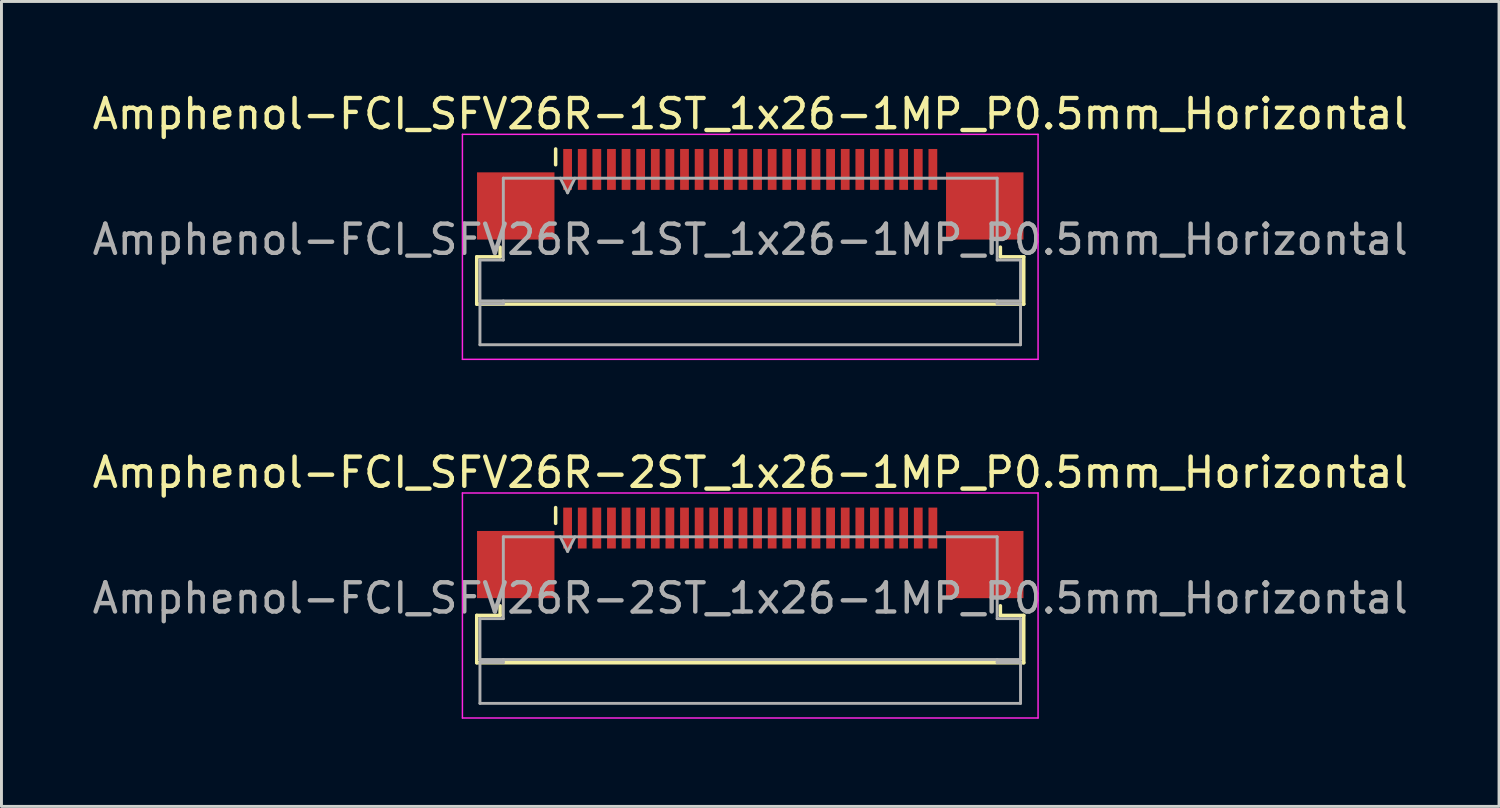
<source format=kicad_pcb>
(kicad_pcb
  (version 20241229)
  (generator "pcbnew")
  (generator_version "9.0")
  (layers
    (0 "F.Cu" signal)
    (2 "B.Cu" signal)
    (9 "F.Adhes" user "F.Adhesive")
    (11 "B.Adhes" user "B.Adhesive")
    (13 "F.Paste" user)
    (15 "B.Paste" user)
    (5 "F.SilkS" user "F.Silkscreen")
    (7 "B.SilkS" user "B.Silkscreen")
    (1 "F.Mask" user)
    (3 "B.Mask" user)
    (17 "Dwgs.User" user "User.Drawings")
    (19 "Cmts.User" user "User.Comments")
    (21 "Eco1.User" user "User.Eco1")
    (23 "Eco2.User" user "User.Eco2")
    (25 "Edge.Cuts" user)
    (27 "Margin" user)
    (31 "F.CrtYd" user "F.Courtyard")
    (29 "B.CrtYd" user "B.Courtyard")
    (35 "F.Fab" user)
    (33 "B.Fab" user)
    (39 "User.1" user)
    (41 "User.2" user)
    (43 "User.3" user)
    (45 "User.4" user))
  (footprint "Amphenol-FCI_SFV26R-1ST_1x26-1MP_P0.5mm_Horizontal"
    (layer "F.Cu")
    (at 22.625 4.748)
    (property "Reference" "Amphenol-FCI_SFV26R-1ST_1x26-1MP_P0.5mm_Horizontal" (at 0 -3.9 0) (layer "F.SilkS") (effects (font (size 1 1) (thickness 0.15))))
    (attr smd)
    (fp_line (start -9.36 0.99) (end -8.56 0.99) (stroke (width 0.12) (type solid)) (layer "F.SilkS"))
    (fp_line (start -9.36 2.61) (end -9.36 0.99) (stroke (width 0.12) (type solid)) (layer "F.SilkS"))
    (fp_line (start -8.56 0.99) (end -8.56 0.66) (stroke (width 0.12) (type solid)) (layer "F.SilkS"))
    (fp_line (start -6.66 -2.16) (end -6.66 -2.7) (stroke (width 0.12) (type solid)) (layer "F.SilkS"))
    (fp_line (start 8.56 0.66) (end 8.56 0.99) (stroke (width 0.12) (type solid)) (layer "F.SilkS"))
    (fp_line (start 8.56 0.99) (end 9.36 0.99) (stroke (width 0.12) (type solid)) (layer "F.SilkS"))
    (fp_line (start 9.36 0.99) (end 9.36 2.61) (stroke (width 0.12) (type solid)) (layer "F.SilkS"))
    (fp_line (start 9.36 2.61) (end -9.36 2.61) (stroke (width 0.12) (type solid)) (layer "F.SilkS"))
    (fp_line (start -9.85 -3.2) (end -9.85 4.5) (stroke (width 0.05) (type solid)) (layer "F.CrtYd"))
    (fp_line (start -9.85 4.5) (end 9.85 4.5) (stroke (width 0.05) (type solid)) (layer "F.CrtYd"))
    (fp_line (start 9.85 -3.2) (end -9.85 -3.2) (stroke (width 0.05) (type solid)) (layer "F.CrtYd"))
    (fp_line (start 9.85 4.5) (end 9.85 -3.2) (stroke (width 0.05) (type solid)) (layer "F.CrtYd"))
    (fp_line (start -9.25 1.1) (end -8.45 1.1) (stroke (width 0.1) (type solid)) (layer "F.Fab"))
    (fp_line (start -9.25 2.5) (end -9.25 1.1) (stroke (width 0.1) (type solid)) (layer "F.Fab"))
    (fp_line (start -9.25 2.6) (end -8.45 2.6) (stroke (width 0.1) (type solid)) (layer "F.Fab"))
    (fp_line (start -9.25 4) (end -9.25 2.6) (stroke (width 0.1) (type solid)) (layer "F.Fab"))
    (fp_line (start -8.45 -1.7) (end 8.45 -1.7) (stroke (width 0.1) (type solid)) (layer "F.Fab"))
    (fp_line (start -8.45 1.1) (end -8.45 -1.7) (stroke (width 0.1) (type solid)) (layer "F.Fab"))
    (fp_line (start -8.45 2.6) (end -8.45 2.5) (stroke (width 0.1) (type solid)) (layer "F.Fab"))
    (fp_line (start -6.5 -1.7) (end -6.25 -1.2) (stroke (width 0.1) (type solid)) (layer "F.Fab"))
    (fp_line (start -6.25 -1.2) (end -6 -1.7) (stroke (width 0.1) (type solid)) (layer "F.Fab"))
    (fp_line (start 8.45 -1.7) (end 8.45 1.1) (stroke (width 0.1) (type solid)) (layer "F.Fab"))
    (fp_line (start 8.45 1.1) (end 9.25 1.1) (stroke (width 0.1) (type solid)) (layer "F.Fab"))
    (fp_line (start 8.45 2.5) (end 8.45 2.6) (stroke (width 0.1) (type solid)) (layer "F.Fab"))
    (fp_line (start 8.45 2.6) (end 9.25 2.6) (stroke (width 0.1) (type solid)) (layer "F.Fab"))
    (fp_line (start 9.25 1.1) (end 9.25 2.5) (stroke (width 0.1) (type solid)) (layer "F.Fab"))
    (fp_line (start 9.25 2.5) (end -9.25 2.5) (stroke (width 0.1) (type solid)) (layer "F.Fab"))
    (fp_line (start 9.25 2.6) (end 9.25 4) (stroke (width 0.1) (type solid)) (layer "F.Fab"))
    (fp_line (start 9.25 4) (end -9.25 4) (stroke (width 0.1) (type solid)) (layer "F.Fab"))
    (fp_text user "${REFERENCE}" (at 0 0.4 0) (layer "F.Fab") (effects (font (size 1 1) (thickness 0.15))))
    (pad "1" smd rect (at -6.25 -2) (size 0.3 1.4) (layers "F.Cu" "F.Mask" "F.Paste"))
    (pad "2" smd rect (at -5.75 -2) (size 0.3 1.4) (layers "F.Cu" "F.Mask" "F.Paste"))
    (pad "3" smd rect (at -5.25 -2) (size 0.3 1.4) (layers "F.Cu" "F.Mask" "F.Paste"))
    (pad "4" smd rect (at -4.75 -2) (size 0.3 1.4) (layers "F.Cu" "F.Mask" "F.Paste"))
    (pad "5" smd rect (at -4.25 -2) (size 0.3 1.4) (layers "F.Cu" "F.Mask" "F.Paste"))
    (pad "6" smd rect (at -3.75 -2) (size 0.3 1.4) (layers "F.Cu" "F.Mask" "F.Paste"))
    (pad "7" smd rect (at -3.25 -2) (size 0.3 1.4) (layers "F.Cu" "F.Mask" "F.Paste"))
    (pad "8" smd rect (at -2.75 -2) (size 0.3 1.4) (layers "F.Cu" "F.Mask" "F.Paste"))
    (pad "9" smd rect (at -2.25 -2) (size 0.3 1.4) (layers "F.Cu" "F.Mask" "F.Paste"))
    (pad "10" smd rect (at -1.75 -2) (size 0.3 1.4) (layers "F.Cu" "F.Mask" "F.Paste"))
    (pad "11" smd rect (at -1.25 -2) (size 0.3 1.4) (layers "F.Cu" "F.Mask" "F.Paste"))
    (pad "12" smd rect (at -0.75 -2) (size 0.3 1.4) (layers "F.Cu" "F.Mask" "F.Paste"))
    (pad "13" smd rect (at -0.25 -2) (size 0.3 1.4) (layers "F.Cu" "F.Mask" "F.Paste"))
    (pad "14" smd rect (at 0.25 -2) (size 0.3 1.4) (layers "F.Cu" "F.Mask" "F.Paste"))
    (pad "15" smd rect (at 0.75 -2) (size 0.3 1.4) (layers "F.Cu" "F.Mask" "F.Paste"))
    (pad "16" smd rect (at 1.25 -2) (size 0.3 1.4) (layers "F.Cu" "F.Mask" "F.Paste"))
    (pad "17" smd rect (at 1.75 -2) (size 0.3 1.4) (layers "F.Cu" "F.Mask" "F.Paste"))
    (pad "18" smd rect (at 2.25 -2) (size 0.3 1.4) (layers "F.Cu" "F.Mask" "F.Paste"))
    (pad "19" smd rect (at 2.75 -2) (size 0.3 1.4) (layers "F.Cu" "F.Mask" "F.Paste"))
    (pad "20" smd rect (at 3.25 -2) (size 0.3 1.4) (layers "F.Cu" "F.Mask" "F.Paste"))
    (pad "21" smd rect (at 3.75 -2) (size 0.3 1.4) (layers "F.Cu" "F.Mask" "F.Paste"))
    (pad "22" smd rect (at 4.25 -2) (size 0.3 1.4) (layers "F.Cu" "F.Mask" "F.Paste"))
    (pad "23" smd rect (at 4.75 -2) (size 0.3 1.4) (layers "F.Cu" "F.Mask" "F.Paste"))
    (pad "24" smd rect (at 5.25 -2) (size 0.3 1.4) (layers "F.Cu" "F.Mask" "F.Paste"))
    (pad "25" smd rect (at 5.75 -2) (size 0.3 1.4) (layers "F.Cu" "F.Mask" "F.Paste"))
    (pad "26" smd rect (at 6.25 -2) (size 0.3 1.4) (layers "F.Cu" "F.Mask" "F.Paste"))
    (pad "MP" smd rect (at -8.025 -0.75) (size 2.65 2.3) (layers "F.Cu" "F.Mask" "F.Paste"))
    (pad "MP" smd rect (at 8.025 -0.75) (size 2.65 2.3) (layers "F.Cu" "F.Mask" "F.Paste")))
  (footprint "Amphenol-FCI_SFV26R-2ST_1x26-1MP_P0.5mm_Horizontal"
    (layer "F.Cu")
    (at 22.625 17.021)
    (property "Reference" "Amphenol-FCI_SFV26R-2ST_1x26-1MP_P0.5mm_Horizontal" (at 0 -3.9 0) (layer "F.SilkS") (effects (font (size 1 1) (thickness 0.15))))
    (attr smd)
    (fp_line (start -9.36 0.99) (end -8.56 0.99) (stroke (width 0.12) (type solid)) (layer "F.SilkS"))
    (fp_line (start -9.36 2.61) (end -9.36 0.99) (stroke (width 0.12) (type solid)) (layer "F.SilkS"))
    (fp_line (start -8.56 0.99) (end -8.56 0.66) (stroke (width 0.12) (type solid)) (layer "F.SilkS"))
    (fp_line (start -6.66 -2.16) (end -6.66 -2.7) (stroke (width 0.12) (type solid)) (layer "F.SilkS"))
    (fp_line (start 8.56 0.66) (end 8.56 0.99) (stroke (width 0.12) (type solid)) (layer "F.SilkS"))
    (fp_line (start 8.56 0.99) (end 9.36 0.99) (stroke (width 0.12) (type solid)) (layer "F.SilkS"))
    (fp_line (start 9.36 0.99) (end 9.36 2.61) (stroke (width 0.12) (type solid)) (layer "F.SilkS"))
    (fp_line (start 9.36 2.61) (end -9.36 2.61) (stroke (width 0.12) (type solid)) (layer "F.SilkS"))
    (fp_line (start -9.85 -3.2) (end -9.85 4.5) (stroke (width 0.05) (type solid)) (layer "F.CrtYd"))
    (fp_line (start -9.85 4.5) (end 9.85 4.5) (stroke (width 0.05) (type solid)) (layer "F.CrtYd"))
    (fp_line (start 9.85 -3.2) (end -9.85 -3.2) (stroke (width 0.05) (type solid)) (layer "F.CrtYd"))
    (fp_line (start 9.85 4.5) (end 9.85 -3.2) (stroke (width 0.05) (type solid)) (layer "F.CrtYd"))
    (fp_line (start -9.25 1.1) (end -8.45 1.1) (stroke (width 0.1) (type solid)) (layer "F.Fab"))
    (fp_line (start -9.25 2.5) (end -9.25 1.1) (stroke (width 0.1) (type solid)) (layer "F.Fab"))
    (fp_line (start -9.25 2.6) (end -8.45 2.6) (stroke (width 0.1) (type solid)) (layer "F.Fab"))
    (fp_line (start -9.25 4) (end -9.25 2.6) (stroke (width 0.1) (type solid)) (layer "F.Fab"))
    (fp_line (start -8.45 -1.7) (end 8.45 -1.7) (stroke (width 0.1) (type solid)) (layer "F.Fab"))
    (fp_line (start -8.45 1.1) (end -8.45 -1.7) (stroke (width 0.1) (type solid)) (layer "F.Fab"))
    (fp_line (start -8.45 2.6) (end -8.45 2.5) (stroke (width 0.1) (type solid)) (layer "F.Fab"))
    (fp_line (start -6.5 -1.7) (end -6.25 -1.2) (stroke (width 0.1) (type solid)) (layer "F.Fab"))
    (fp_line (start -6.25 -1.2) (end -6 -1.7) (stroke (width 0.1) (type solid)) (layer "F.Fab"))
    (fp_line (start 8.45 -1.7) (end 8.45 1.1) (stroke (width 0.1) (type solid)) (layer "F.Fab"))
    (fp_line (start 8.45 1.1) (end 9.25 1.1) (stroke (width 0.1) (type solid)) (layer "F.Fab"))
    (fp_line (start 8.45 2.5) (end 8.45 2.6) (stroke (width 0.1) (type solid)) (layer "F.Fab"))
    (fp_line (start 8.45 2.6) (end 9.25 2.6) (stroke (width 0.1) (type solid)) (layer "F.Fab"))
    (fp_line (start 9.25 1.1) (end 9.25 2.5) (stroke (width 0.1) (type solid)) (layer "F.Fab"))
    (fp_line (start 9.25 2.5) (end -9.25 2.5) (stroke (width 0.1) (type solid)) (layer "F.Fab"))
    (fp_line (start 9.25 2.6) (end 9.25 4) (stroke (width 0.1) (type solid)) (layer "F.Fab"))
    (fp_line (start 9.25 4) (end -9.25 4) (stroke (width 0.1) (type solid)) (layer "F.Fab"))
    (fp_text user "${REFERENCE}" (at 0 0.4 0) (layer "F.Fab") (effects (font (size 1 1) (thickness 0.15))))
    (pad "1" smd rect (at -6.25 -2) (size 0.3 1.4) (layers "F.Cu" "F.Mask" "F.Paste"))
    (pad "2" smd rect (at -5.75 -2) (size 0.3 1.4) (layers "F.Cu" "F.Mask" "F.Paste"))
    (pad "3" smd rect (at -5.25 -2) (size 0.3 1.4) (layers "F.Cu" "F.Mask" "F.Paste"))
    (pad "4" smd rect (at -4.75 -2) (size 0.3 1.4) (layers "F.Cu" "F.Mask" "F.Paste"))
    (pad "5" smd rect (at -4.25 -2) (size 0.3 1.4) (layers "F.Cu" "F.Mask" "F.Paste"))
    (pad "6" smd rect (at -3.75 -2) (size 0.3 1.4) (layers "F.Cu" "F.Mask" "F.Paste"))
    (pad "7" smd rect (at -3.25 -2) (size 0.3 1.4) (layers "F.Cu" "F.Mask" "F.Paste"))
    (pad "8" smd rect (at -2.75 -2) (size 0.3 1.4) (layers "F.Cu" "F.Mask" "F.Paste"))
    (pad "9" smd rect (at -2.25 -2) (size 0.3 1.4) (layers "F.Cu" "F.Mask" "F.Paste"))
    (pad "10" smd rect (at -1.75 -2) (size 0.3 1.4) (layers "F.Cu" "F.Mask" "F.Paste"))
    (pad "11" smd rect (at -1.25 -2) (size 0.3 1.4) (layers "F.Cu" "F.Mask" "F.Paste"))
    (pad "12" smd rect (at -0.75 -2) (size 0.3 1.4) (layers "F.Cu" "F.Mask" "F.Paste"))
    (pad "13" smd rect (at -0.25 -2) (size 0.3 1.4) (layers "F.Cu" "F.Mask" "F.Paste"))
    (pad "14" smd rect (at 0.25 -2) (size 0.3 1.4) (layers "F.Cu" "F.Mask" "F.Paste"))
    (pad "15" smd rect (at 0.75 -2) (size 0.3 1.4) (layers "F.Cu" "F.Mask" "F.Paste"))
    (pad "16" smd rect (at 1.25 -2) (size 0.3 1.4) (layers "F.Cu" "F.Mask" "F.Paste"))
    (pad "17" smd rect (at 1.75 -2) (size 0.3 1.4) (layers "F.Cu" "F.Mask" "F.Paste"))
    (pad "18" smd rect (at 2.25 -2) (size 0.3 1.4) (layers "F.Cu" "F.Mask" "F.Paste"))
    (pad "19" smd rect (at 2.75 -2) (size 0.3 1.4) (layers "F.Cu" "F.Mask" "F.Paste"))
    (pad "20" smd rect (at 3.25 -2) (size 0.3 1.4) (layers "F.Cu" "F.Mask" "F.Paste"))
    (pad "21" smd rect (at 3.75 -2) (size 0.3 1.4) (layers "F.Cu" "F.Mask" "F.Paste"))
    (pad "22" smd rect (at 4.25 -2) (size 0.3 1.4) (layers "F.Cu" "F.Mask" "F.Paste"))
    (pad "23" smd rect (at 4.75 -2) (size 0.3 1.4) (layers "F.Cu" "F.Mask" "F.Paste"))
    (pad "24" smd rect (at 5.25 -2) (size 0.3 1.4) (layers "F.Cu" "F.Mask" "F.Paste"))
    (pad "25" smd rect (at 5.75 -2) (size 0.3 1.4) (layers "F.Cu" "F.Mask" "F.Paste"))
    (pad "26" smd rect (at 6.25 -2) (size 0.3 1.4) (layers "F.Cu" "F.Mask" "F.Paste"))
    (pad "MP" smd rect (at -8.025 -0.75) (size 2.65 2.3) (layers "F.Cu" "F.Mask" "F.Paste"))
    (pad "MP" smd rect (at 8.025 -0.75) (size 2.65 2.3) (layers "F.Cu" "F.Mask" "F.Paste")))
  (gr_rect
    (start -3 -3)
    (end 48.25 24.547)
    (stroke (width 0.1) (type default))
    (fill no)
    (layer "Edge.Cuts")))
</source>
